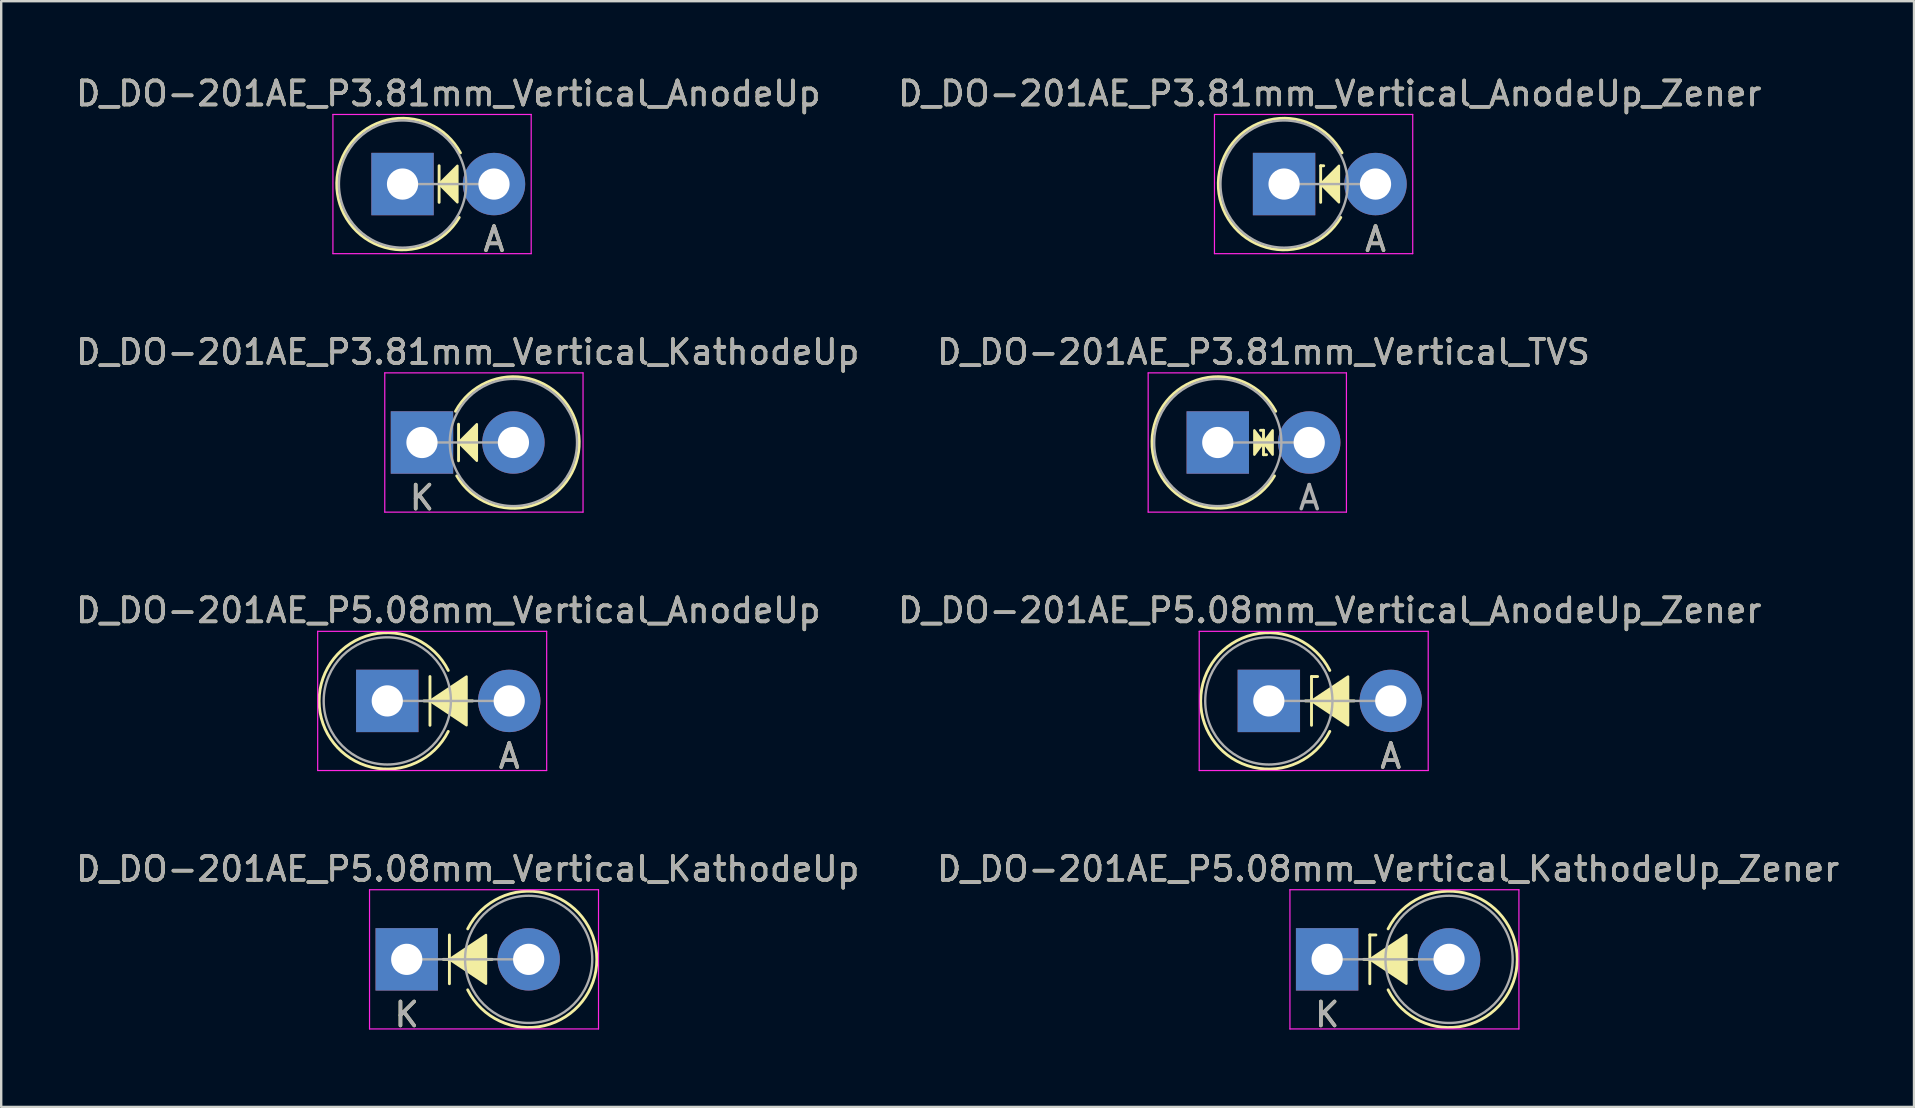
<source format=kicad_pcb>
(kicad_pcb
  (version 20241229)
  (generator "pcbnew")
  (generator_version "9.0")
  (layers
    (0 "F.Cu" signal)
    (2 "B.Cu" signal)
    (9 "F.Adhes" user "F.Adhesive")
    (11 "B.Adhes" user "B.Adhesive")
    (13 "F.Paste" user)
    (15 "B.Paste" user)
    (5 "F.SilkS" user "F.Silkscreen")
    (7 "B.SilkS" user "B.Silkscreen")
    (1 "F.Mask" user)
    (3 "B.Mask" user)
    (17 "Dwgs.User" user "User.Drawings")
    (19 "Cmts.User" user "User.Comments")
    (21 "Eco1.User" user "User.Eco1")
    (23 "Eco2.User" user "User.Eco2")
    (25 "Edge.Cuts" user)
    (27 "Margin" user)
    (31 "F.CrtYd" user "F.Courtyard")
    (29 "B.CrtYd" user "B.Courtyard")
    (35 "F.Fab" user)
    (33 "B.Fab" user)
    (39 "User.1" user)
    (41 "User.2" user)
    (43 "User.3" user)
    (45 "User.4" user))
  (footprint "D_DO-201AE_P3.81mm_Vertical_KathodeUp"
    (layer "F.Cu")
    (at 14.53 15.385)
    (property "Reference" "D_DO-201AE_P3.81mm_Vertical_KathodeUp" (at 1.905 -3.77 0) (layer "F.SilkS") (effects (font (size 1 1) (thickness 0.15))))
    (attr through_hole)
    (fp_line (start 1.524 -0.762) (end 1.524 0.762) (stroke (width 0.12) (type solid)) (layer "F.SilkS"))
    (fp_arc (start 1.396849 -1.3) (mid 6.55054 -0.052312) (end 1.448218 1.391144) (stroke (width 0.12) (type solid)) (layer "F.SilkS"))
    (fp_poly (pts (xy 2.286 0.762) (xy 1.524 0) (xy 2.286 -0.762)) (stroke (width 0.1) (type solid)) (fill yes) (layer "F.SilkS"))
    (fp_line (start -1.55 -2.9) (end -1.55 2.9) (stroke (width 0.05) (type solid)) (layer "F.CrtYd"))
    (fp_line (start -1.55 2.9) (end 6.71 2.9) (stroke (width 0.05) (type solid)) (layer "F.CrtYd"))
    (fp_line (start 6.71 -2.9) (end -1.55 -2.9) (stroke (width 0.05) (type solid)) (layer "F.CrtYd"))
    (fp_line (start 6.71 2.9) (end 6.71 -2.9) (stroke (width 0.05) (type solid)) (layer "F.CrtYd"))
    (fp_line (start 0 0) (end 3.81 0) (stroke (width 0.1) (type solid)) (layer "F.Fab"))
    (fp_circle (center 3.81 0) (end 6.46 0) (stroke (width 0.1) (type solid)) (fill no) (layer "F.Fab"))
    (fp_text user "K" (at 0 2.3 0) (layer "F.SilkS") (effects (font (size 1 1) (thickness 0.15))))
    (fp_text user "${REFERENCE}" (at 1.905 -3.77 0) (layer "F.Fab") (effects (font (size 1 1) (thickness 0.15))))
    (fp_text user "K" (at 0 2.3 0) (layer "F.Fab") (effects (font (size 1 1) (thickness 0.15))))
    (pad "1" thru_hole rect (at 0 0) (size 2.6 2.6) (drill 1.3) (layers "*.Cu" "*.Mask"))
    (pad "2" thru_hole oval (at 3.81 0) (size 2.6 2.6) (drill 1.3) (layers "*.Cu" "*.Mask")))
  (footprint "D_DO-201AE_P5.08mm_Vertical_AnodeUp_Zener"
    (layer "F.Cu")
    (at 49.811 26.151)
    (property "Reference" "D_DO-201AE_P5.08mm_Vertical_AnodeUp_Zener" (at 2.54 -3.77 0) (layer "F.SilkS") (effects (font (size 1 1) (thickness 0.15))))
    (attr through_hole)
    (fp_line (start 1.524 0) (end 3.556 0) (stroke (width 0.12) (type solid)) (layer "F.SilkS"))
    (fp_line (start 1.778 -1.016) (end 2.032 -1.016) (stroke (width 0.12) (type solid)) (layer "F.SilkS"))
    (fp_line (start 1.778 1.016) (end 1.778 -1.016) (stroke (width 0.12) (type solid)) (layer "F.SilkS"))
    (fp_arc (start 2.539999 1.27) (mid -2.839805 0) (end 2.539999 -1.269999) (stroke (width 0.12) (type solid)) (layer "F.SilkS"))
    (fp_poly (pts (xy 3.302 1.016) (xy 1.778 0) (xy 3.302 -1.016)) (stroke (width 0.1) (type solid)) (fill yes) (layer "F.SilkS"))
    (fp_line (start -2.9 -2.9) (end -2.9 2.9) (stroke (width 0.05) (type solid)) (layer "F.CrtYd"))
    (fp_line (start -2.9 2.9) (end 6.64 2.9) (stroke (width 0.05) (type solid)) (layer "F.CrtYd"))
    (fp_line (start 6.64 -2.9) (end -2.9 -2.9) (stroke (width 0.05) (type solid)) (layer "F.CrtYd"))
    (fp_line (start 6.64 2.9) (end 6.64 -2.9) (stroke (width 0.05) (type solid)) (layer "F.CrtYd"))
    (fp_line (start 0 0) (end 5.08 0) (stroke (width 0.1) (type solid)) (layer "F.Fab"))
    (fp_circle (center 0 0) (end 2.65 0) (stroke (width 0.1) (type solid)) (fill no) (layer "F.Fab"))
    (fp_text user "A" (at 5.08 2.3 0) (layer "F.SilkS") (effects (font (size 1 1) (thickness 0.15))))
    (fp_text user "${REFERENCE}" (at 2.54 -3.77 0) (layer "F.Fab") (effects (font (size 1 1) (thickness 0.15))))
    (fp_text user "A" (at 5.08 2.3 0) (layer "F.Fab") (effects (font (size 1 1) (thickness 0.15))))
    (pad "1" thru_hole rect (at 0 0) (size 2.6 2.6) (drill 1.3) (layers "*.Cu" "*.Mask"))
    (pad "2" thru_hole oval (at 5.08 0) (size 2.6 2.6) (drill 1.3) (layers "*.Cu" "*.Mask")))
  (footprint "D_DO-201AE_P5.08mm_Vertical_AnodeUp"
    (layer "F.Cu")
    (at 13.085 26.151)
    (property "Reference" "D_DO-201AE_P5.08mm_Vertical_AnodeUp" (at 2.54 -3.77 0) (layer "F.SilkS") (effects (font (size 1 1) (thickness 0.15))))
    (attr through_hole)
    (fp_line (start 1.524 0) (end 3.556 0) (stroke (width 0.12) (type solid)) (layer "F.SilkS"))
    (fp_line (start 1.778 1.016) (end 1.778 -1.016) (stroke (width 0.12) (type solid)) (layer "F.SilkS"))
    (fp_arc (start 2.539999 1.27) (mid -2.839805 0) (end 2.539999 -1.269999) (stroke (width 0.12) (type solid)) (layer "F.SilkS"))
    (fp_poly (pts (xy 3.302 1.016) (xy 1.778 0) (xy 3.302 -1.016)) (stroke (width 0.1) (type solid)) (fill yes) (layer "F.SilkS"))
    (fp_line (start -2.9 -2.9) (end -2.9 2.9) (stroke (width 0.05) (type solid)) (layer "F.CrtYd"))
    (fp_line (start -2.9 2.9) (end 6.64 2.9) (stroke (width 0.05) (type solid)) (layer "F.CrtYd"))
    (fp_line (start 6.64 -2.9) (end -2.9 -2.9) (stroke (width 0.05) (type solid)) (layer "F.CrtYd"))
    (fp_line (start 6.64 2.9) (end 6.64 -2.9) (stroke (width 0.05) (type solid)) (layer "F.CrtYd"))
    (fp_line (start 0 0) (end 5.08 0) (stroke (width 0.1) (type solid)) (layer "F.Fab"))
    (fp_circle (center 0 0) (end 2.65 0) (stroke (width 0.1) (type solid)) (fill no) (layer "F.Fab"))
    (fp_text user "A" (at 5.08 2.3 0) (layer "F.SilkS") (effects (font (size 1 1) (thickness 0.15))))
    (fp_text user "${REFERENCE}" (at 2.54 -3.77 0) (layer "F.Fab") (effects (font (size 1 1) (thickness 0.15))))
    (fp_text user "A" (at 5.08 2.3 0) (layer "F.Fab") (effects (font (size 1 1) (thickness 0.15))))
    (pad "1" thru_hole rect (at 0 0) (size 2.6 2.6) (drill 1.3) (layers "*.Cu" "*.Mask"))
    (pad "2" thru_hole oval (at 5.08 0) (size 2.6 2.6) (drill 1.3) (layers "*.Cu" "*.Mask")))
  (footprint "D_DO-201AE_P3.81mm_Vertical_TVS"
    (layer "F.Cu")
    (at 47.684 15.385)
    (property "Reference" "D_DO-201AE_P3.81mm_Vertical_TVS" (at 1.905 -3.77 0) (layer "F.SilkS") (effects (font (size 1 1) (thickness 0.15))))
    (attr through_hole)
    (fp_line (start 1.778 -0.508) (end 1.905 -0.508) (stroke (width 0.12) (type solid)) (layer "F.SilkS"))
    (fp_line (start 1.905 -0.508) (end 1.905 0.508) (stroke (width 0.12) (type solid)) (layer "F.SilkS"))
    (fp_line (start 1.905 0.508) (end 2.032 0.508) (stroke (width 0.12) (type solid)) (layer "F.SilkS"))
    (fp_arc (start 2.361782 1.391144) (mid -2.74054 -0.052312) (end 2.413151 -1.3) (stroke (width 0.12) (type solid)) (layer "F.SilkS"))
    (fp_poly (pts (xy 1.524 -0.508) (xy 1.905 0) (xy 1.524 0.508)) (stroke (width 0.1) (type solid)) (fill yes) (layer "F.SilkS"))
    (fp_poly (pts (xy 2.286 0.508) (xy 1.905 0) (xy 2.286 -0.508)) (stroke (width 0.1) (type solid)) (fill yes) (layer "F.SilkS"))
    (fp_line (start -2.9 -2.9) (end -2.9 2.9) (stroke (width 0.05) (type solid)) (layer "F.CrtYd"))
    (fp_line (start -2.9 2.9) (end 5.36 2.9) (stroke (width 0.05) (type solid)) (layer "F.CrtYd"))
    (fp_line (start 5.36 -2.9) (end -2.9 -2.9) (stroke (width 0.05) (type solid)) (layer "F.CrtYd"))
    (fp_line (start 5.36 2.9) (end 5.36 -2.9) (stroke (width 0.05) (type solid)) (layer "F.CrtYd"))
    (fp_line (start 0 0) (end 3.81 0) (stroke (width 0.1) (type solid)) (layer "F.Fab"))
    (fp_circle (center 0 0) (end 2.65 0) (stroke (width 0.1) (type solid)) (fill no) (layer "F.Fab"))
    (fp_text user "A" (at 3.81 2.3 0) (layer "F.Fab") (effects (font (size 1 1) (thickness 0.15))))
    (fp_text user "${REFERENCE}" (at 1.905 -3.77 0) (layer "F.Fab") (effects (font (size 1 1) (thickness 0.15))))
    (pad "1" thru_hole rect (at 0 0) (size 2.6 2.6) (drill 1.3) (layers "*.Cu" "*.Mask"))
    (pad "2" thru_hole oval (at 3.81 0) (size 2.6 2.6) (drill 1.3) (layers "*.Cu" "*.Mask")))
  (footprint "D_DO-201AE_P5.08mm_Vertical_KathodeUp_Zener"
    (layer "F.Cu")
    (at 52.24 36.918)
    (property "Reference" "D_DO-201AE_P5.08mm_Vertical_KathodeUp_Zener" (at 2.54 -3.77 0) (layer "F.SilkS") (effects (font (size 1 1) (thickness 0.15))))
    (attr through_hole)
    (fp_line (start 1.524 0) (end 3.556 0) (stroke (width 0.12) (type solid)) (layer "F.SilkS"))
    (fp_line (start 1.778 -1.016) (end 2.032 -1.016) (stroke (width 0.12) (type solid)) (layer "F.SilkS"))
    (fp_line (start 1.778 1.016) (end 1.778 -1.016) (stroke (width 0.12) (type solid)) (layer "F.SilkS"))
    (fp_arc (start 2.54 -1.269999) (mid 7.919804 0.000001) (end 2.54 1.27) (stroke (width 0.12) (type solid)) (layer "F.SilkS"))
    (fp_poly (pts (xy 3.302 1.016) (xy 1.778 0) (xy 3.302 -1.016)) (stroke (width 0.1) (type solid)) (fill yes) (layer "F.SilkS"))
    (fp_line (start -1.55 -2.9) (end -1.55 2.9) (stroke (width 0.05) (type solid)) (layer "F.CrtYd"))
    (fp_line (start -1.55 2.9) (end 7.99 2.9) (stroke (width 0.05) (type solid)) (layer "F.CrtYd"))
    (fp_line (start 7.99 -2.9) (end -1.55 -2.9) (stroke (width 0.05) (type solid)) (layer "F.CrtYd"))
    (fp_line (start 7.99 2.9) (end 7.99 -2.9) (stroke (width 0.05) (type solid)) (layer "F.CrtYd"))
    (fp_line (start 0 0) (end 5.08 0) (stroke (width 0.1) (type solid)) (layer "F.Fab"))
    (fp_circle (center 5.08 0) (end 7.73 0) (stroke (width 0.1) (type solid)) (fill no) (layer "F.Fab"))
    (fp_text user "K" (at 0 2.3 0) (layer "F.SilkS") (effects (font (size 1 1) (thickness 0.15))))
    (fp_text user "${REFERENCE}" (at 2.54 -3.77 0) (layer "F.Fab") (effects (font (size 1 1) (thickness 0.15))))
    (fp_text user "K" (at 0 2.3 0) (layer "F.Fab") (effects (font (size 1 1) (thickness 0.15))))
    (pad "1" thru_hole rect (at 0 0) (size 2.6 2.6) (drill 1.3) (layers "*.Cu" "*.Mask"))
    (pad "2" thru_hole oval (at 5.08 0) (size 2.6 2.6) (drill 1.3) (layers "*.Cu" "*.Mask")))
  (footprint "D_DO-201AE_P3.81mm_Vertical_AnodeUp_Zener"
    (layer "F.Cu")
    (at 50.446 4.618)
    (property "Reference" "D_DO-201AE_P3.81mm_Vertical_AnodeUp_Zener" (at 1.905 -3.77 0) (layer "F.SilkS") (effects (font (size 1 1) (thickness 0.15))))
    (attr through_hole)
    (fp_line (start 1.524 -0.762) (end 1.524 0.762) (stroke (width 0.12) (type solid)) (layer "F.SilkS"))
    (fp_line (start 1.524 -0.762) (end 1.651 -0.762) (stroke (width 0.12) (type solid)) (layer "F.SilkS"))
    (fp_arc (start 2.361782 1.391144) (mid -2.74054 -0.052312) (end 2.413151 -1.3) (stroke (width 0.12) (type solid)) (layer "F.SilkS"))
    (fp_poly (pts (xy 2.286 0.762) (xy 1.524 0) (xy 2.286 -0.762)) (stroke (width 0.1) (type solid)) (fill yes) (layer "F.SilkS"))
    (fp_line (start -2.9 -2.9) (end -2.9 2.9) (stroke (width 0.05) (type solid)) (layer "F.CrtYd"))
    (fp_line (start -2.9 2.9) (end 5.36 2.9) (stroke (width 0.05) (type solid)) (layer "F.CrtYd"))
    (fp_line (start 5.36 -2.9) (end -2.9 -2.9) (stroke (width 0.05) (type solid)) (layer "F.CrtYd"))
    (fp_line (start 5.36 2.9) (end 5.36 -2.9) (stroke (width 0.05) (type solid)) (layer "F.CrtYd"))
    (fp_line (start 0 0) (end 3.81 0) (stroke (width 0.1) (type solid)) (layer "F.Fab"))
    (fp_circle (center 0 0) (end 2.65 0) (stroke (width 0.1) (type solid)) (fill no) (layer "F.Fab"))
    (fp_text user "A" (at 3.81 2.3 0) (layer "F.SilkS") (effects (font (size 1 1) (thickness 0.15))))
    (fp_text user "${REFERENCE}" (at 1.905 -3.77 0) (layer "F.Fab") (effects (font (size 1 1) (thickness 0.15))))
    (fp_text user "A" (at 3.81 2.3 0) (layer "F.Fab") (effects (font (size 1 1) (thickness 0.15))))
    (pad "1" thru_hole rect (at 0 0) (size 2.6 2.6) (drill 1.3) (layers "*.Cu" "*.Mask"))
    (pad "2" thru_hole oval (at 3.81 0) (size 2.6 2.6) (drill 1.3) (layers "*.Cu" "*.Mask")))
  (footprint "D_DO-201AE_P3.81mm_Vertical_AnodeUp"
    (layer "F.Cu")
    (at 13.72 4.618)
    (property "Reference" "D_DO-201AE_P3.81mm_Vertical_AnodeUp" (at 1.905 -3.77 0) (layer "F.SilkS") (effects (font (size 1 1) (thickness 0.15))))
    (attr through_hole)
    (fp_line (start 1.524 -0.762) (end 1.524 0.762) (stroke (width 0.12) (type solid)) (layer "F.SilkS"))
    (fp_arc (start 2.361782 1.391144) (mid -2.74054 -0.052312) (end 2.413151 -1.3) (stroke (width 0.12) (type solid)) (layer "F.SilkS"))
    (fp_poly (pts (xy 2.286 0.762) (xy 1.524 0) (xy 2.286 -0.762)) (stroke (width 0.1) (type solid)) (fill yes) (layer "F.SilkS"))
    (fp_line (start -2.9 -2.9) (end -2.9 2.9) (stroke (width 0.05) (type solid)) (layer "F.CrtYd"))
    (fp_line (start -2.9 2.9) (end 5.36 2.9) (stroke (width 0.05) (type solid)) (layer "F.CrtYd"))
    (fp_line (start 5.36 -2.9) (end -2.9 -2.9) (stroke (width 0.05) (type solid)) (layer "F.CrtYd"))
    (fp_line (start 5.36 2.9) (end 5.36 -2.9) (stroke (width 0.05) (type solid)) (layer "F.CrtYd"))
    (fp_line (start 0 0) (end 3.81 0) (stroke (width 0.1) (type solid)) (layer "F.Fab"))
    (fp_circle (center 0 0) (end 2.65 0) (stroke (width 0.1) (type solid)) (fill no) (layer "F.Fab"))
    (fp_text user "A" (at 3.81 2.3 0) (layer "F.SilkS") (effects (font (size 1 1) (thickness 0.15))))
    (fp_text user "A" (at 3.81 2.3 0) (layer "F.Fab") (effects (font (size 1 1) (thickness 0.15))))
    (fp_text user "${REFERENCE}" (at 1.905 -3.77 0) (layer "F.Fab") (effects (font (size 1 1) (thickness 0.15))))
    (pad "1" thru_hole rect (at 0 0) (size 2.6 2.6) (drill 1.3) (layers "*.Cu" "*.Mask"))
    (pad "2" thru_hole oval (at 3.81 0) (size 2.6 2.6) (drill 1.3) (layers "*.Cu" "*.Mask")))
  (footprint "D_DO-201AE_P5.08mm_Vertical_KathodeUp"
    (layer "F.Cu")
    (at 13.895 36.918)
    (property "Reference" "D_DO-201AE_P5.08mm_Vertical_KathodeUp" (at 2.54 -3.77 0) (layer "F.SilkS") (effects (font (size 1 1) (thickness 0.15))))
    (attr through_hole)
    (fp_line (start 1.524 0) (end 3.556 0) (stroke (width 0.12) (type solid)) (layer "F.SilkS"))
    (fp_line (start 1.778 1.016) (end 1.778 -1.016) (stroke (width 0.12) (type solid)) (layer "F.SilkS"))
    (fp_arc (start 2.54 -1.269999) (mid 7.919804 0.000001) (end 2.54 1.27) (stroke (width 0.12) (type solid)) (layer "F.SilkS"))
    (fp_poly (pts (xy 3.302 1.016) (xy 1.778 0) (xy 3.302 -1.016)) (stroke (width 0.1) (type solid)) (fill yes) (layer "F.SilkS"))
    (fp_line (start -1.55 -2.9) (end -1.55 2.9) (stroke (width 0.05) (type solid)) (layer "F.CrtYd"))
    (fp_line (start -1.55 2.9) (end 7.99 2.9) (stroke (width 0.05) (type solid)) (layer "F.CrtYd"))
    (fp_line (start 7.99 -2.9) (end -1.55 -2.9) (stroke (width 0.05) (type solid)) (layer "F.CrtYd"))
    (fp_line (start 7.99 2.9) (end 7.99 -2.9) (stroke (width 0.05) (type solid)) (layer "F.CrtYd"))
    (fp_line (start 0 0) (end 5.08 0) (stroke (width 0.1) (type solid)) (layer "F.Fab"))
    (fp_circle (center 5.08 0) (end 7.73 0) (stroke (width 0.1) (type solid)) (fill no) (layer "F.Fab"))
    (fp_text user "K" (at 0 2.3 0) (layer "F.SilkS") (effects (font (size 1 1) (thickness 0.15))))
    (fp_text user "${REFERENCE}" (at 2.54 -3.77 0) (layer "F.Fab") (effects (font (size 1 1) (thickness 0.15))))
    (fp_text user "K" (at 0 2.3 0) (layer "F.Fab") (effects (font (size 1 1) (thickness 0.15))))
    (pad "1" thru_hole rect (at 0 0) (size 2.6 2.6) (drill 1.3) (layers "*.Cu" "*.Mask"))
    (pad "2" thru_hole oval (at 5.08 0) (size 2.6 2.6) (drill 1.3) (layers "*.Cu" "*.Mask")))
  (gr_rect
    (start -3 -3)
    (end 76.69 43.066)
    (stroke (width 0.1) (type default))
    (fill no)
    (layer "Edge.Cuts")))
</source>
